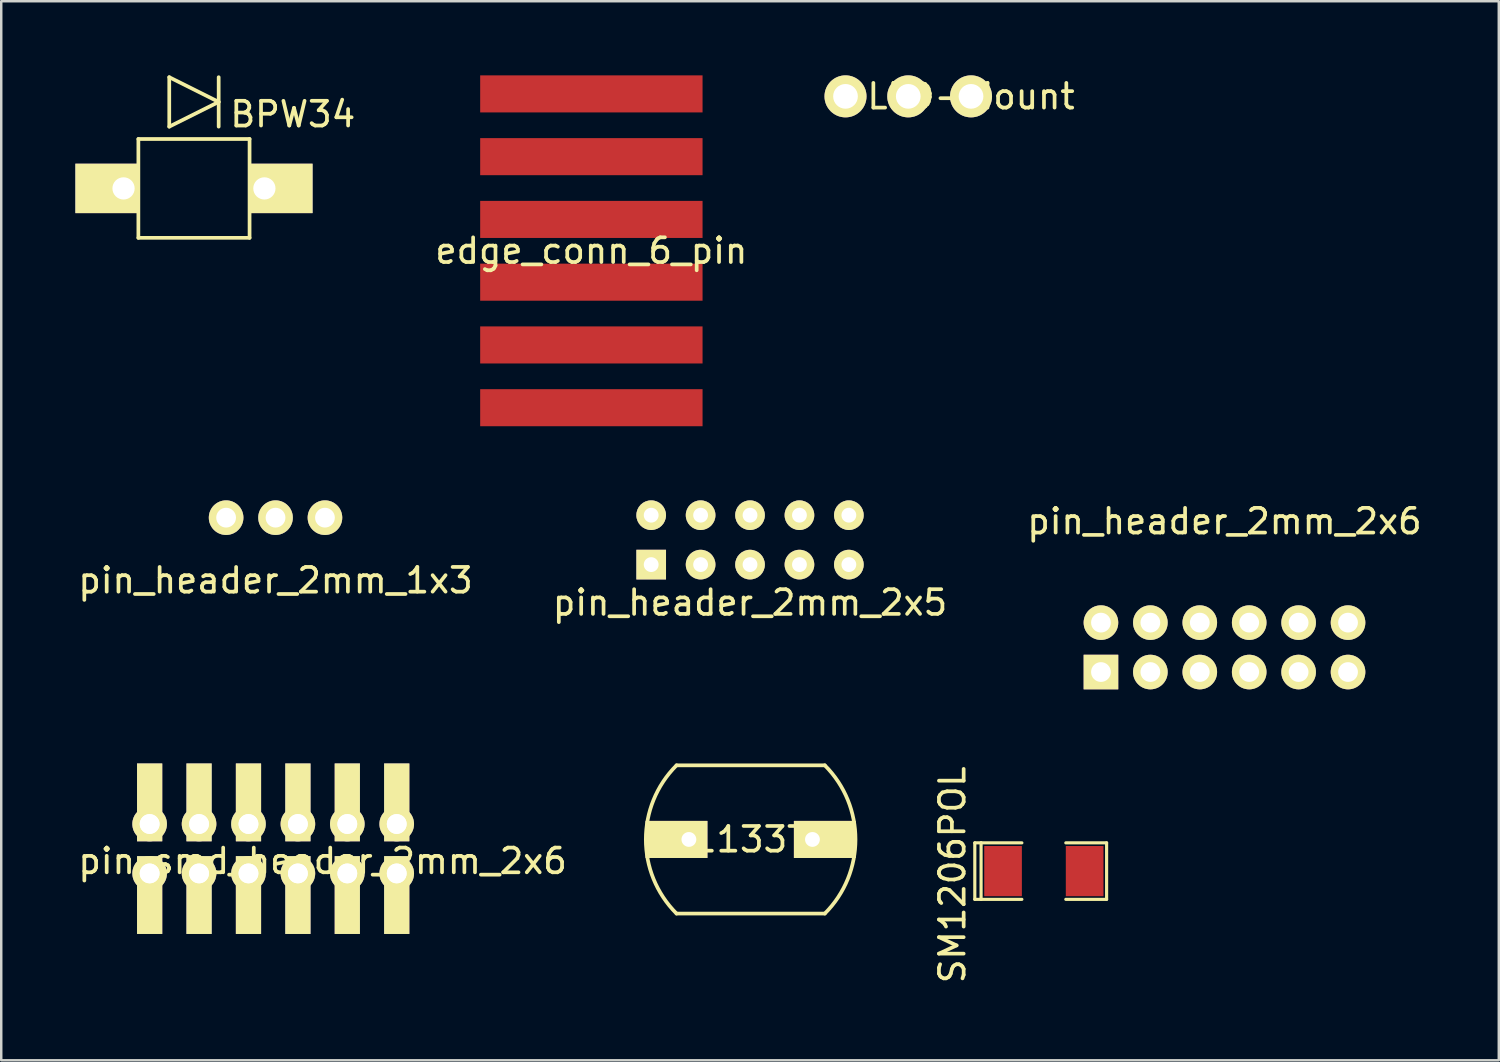
<source format=kicad_pcb>
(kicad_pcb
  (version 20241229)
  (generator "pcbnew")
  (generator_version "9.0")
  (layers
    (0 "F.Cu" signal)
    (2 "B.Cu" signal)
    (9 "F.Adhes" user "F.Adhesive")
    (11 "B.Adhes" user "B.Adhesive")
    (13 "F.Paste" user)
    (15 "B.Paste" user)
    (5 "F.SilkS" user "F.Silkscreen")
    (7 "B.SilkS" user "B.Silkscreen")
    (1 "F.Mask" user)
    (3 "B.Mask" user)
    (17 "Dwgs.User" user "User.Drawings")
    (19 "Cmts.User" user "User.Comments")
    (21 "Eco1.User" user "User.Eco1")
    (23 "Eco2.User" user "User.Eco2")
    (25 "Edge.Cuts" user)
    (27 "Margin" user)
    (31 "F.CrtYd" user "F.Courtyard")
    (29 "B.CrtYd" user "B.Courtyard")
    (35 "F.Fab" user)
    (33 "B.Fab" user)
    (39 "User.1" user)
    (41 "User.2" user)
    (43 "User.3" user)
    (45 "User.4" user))
  (footprint "pin_smd_header_2mm_2x6"
    (layer "F.Cu")
    (at 9.006 31.298)
    (property "Reference" "pin_smd_header_2mm_2x6" (at 1 0.5 0) (layer "F.SilkS") (effects (font (size 1 1) (thickness 0.15))))
    (attr through_hole)
    (pad "1" thru_hole rect (at -6 1) (size 1.02 3.15) (drill 0.8 (offset 0 0.875)) (layers "F.Cu" "F.Mask" "F.SilkS"))
    (pad "1" thru_hole circle (at -6 1) (size 1.4 1.4) (drill 0.8) (layers "*.Cu" "*.Mask" "F.SilkS"))
    (pad "2" thru_hole rect (at -6 -1) (size 1.02 3.15) (drill 0.8 (offset 0 -0.875)) (layers "F.Cu" "F.Mask" "F.SilkS"))
    (pad "2" thru_hole circle (at -6 -1) (size 1.4 1.4) (drill 0.8) (layers "*.Cu" "*.Mask" "F.SilkS"))
    (pad "3" thru_hole rect (at -4 1) (size 1.02 3.15) (drill 0.8 (offset 0 0.875)) (layers "F.Cu" "F.Mask" "F.SilkS"))
    (pad "3" thru_hole circle (at -4 1) (size 1.4 1.4) (drill 0.8) (layers "*.Cu" "*.Mask" "F.SilkS"))
    (pad "4" thru_hole rect (at -4 -1) (size 1.02 3.15) (drill 0.8 (offset 0 -0.875)) (layers "F.Cu" "F.Mask" "F.SilkS"))
    (pad "4" thru_hole circle (at -4 -1) (size 1.4 1.4) (drill 0.8) (layers "*.Cu" "*.Mask" "F.SilkS"))
    (pad "5" thru_hole rect (at -2 1) (size 1.02 3.15) (drill 0.8 (offset 0 0.875)) (layers "F.Cu" "F.Mask" "F.SilkS"))
    (pad "5" thru_hole circle (at -2 1) (size 1.4 1.4) (drill 0.8) (layers "*.Cu" "*.Mask" "F.SilkS"))
    (pad "6" thru_hole rect (at -2 -1) (size 1.02 3.15) (drill 0.8 (offset 0 -0.875)) (layers "F.Cu" "F.Mask" "F.SilkS"))
    (pad "6" thru_hole circle (at -2 -1) (size 1.4 1.4) (drill 0.8) (layers "*.Cu" "*.Mask" "F.SilkS"))
    (pad "7" thru_hole rect (at 0 1) (size 1.02 3.15) (drill 0.8 (offset 0 0.875)) (layers "F.Cu" "F.Mask" "F.SilkS"))
    (pad "7" thru_hole circle (at 0 1) (size 1.4 1.4) (drill 0.8) (layers "*.Cu" "*.Mask" "F.SilkS"))
    (pad "8" thru_hole rect (at 0 -1) (size 1.02 3.15) (drill 0.8 (offset 0 -0.875)) (layers "F.Cu" "F.Mask" "F.SilkS"))
    (pad "8" thru_hole circle (at 0 -1) (size 1.4 1.4) (drill 0.8) (layers "*.Cu" "*.Mask" "F.SilkS"))
    (pad "9" thru_hole rect (at 2 1) (size 1.02 3.15) (drill 0.8 (offset 0 0.875)) (layers "F.Cu" "F.Mask" "F.SilkS"))
    (pad "9" thru_hole circle (at 2 1) (size 1.4 1.4) (drill 0.8) (layers "*.Cu" "*.Mask" "F.SilkS"))
    (pad "10" thru_hole rect (at 2 -1) (size 1.02 3.15) (drill 0.8 (offset 0 -0.875)) (layers "F.Cu" "F.Mask" "F.SilkS"))
    (pad "10" thru_hole circle (at 2 -1) (size 1.4 1.4) (drill 0.8) (layers "*.Cu" "*.Mask" "F.SilkS"))
    (pad "11" thru_hole rect (at 4 1) (size 1.02 3.15) (drill 0.8 (offset 0 0.875)) (layers "F.Cu" "F.Mask" "F.SilkS"))
    (pad "11" thru_hole circle (at 4 1) (size 1.4 1.4) (drill 0.8) (layers "*.Cu" "*.Mask" "F.SilkS"))
    (pad "12" thru_hole rect (at 4 -1) (size 1.02 3.15) (drill 0.8 (offset 0 -0.875)) (layers "F.Cu" "F.Mask" "F.SilkS"))
    (pad "12" thru_hole circle (at 4 -1) (size 1.4 1.4) (drill 0.8) (layers "*.Cu" "*.Mask" "F.SilkS")))
  (footprint "S1133TH"
    (layer "F.Cu")
    (at 27.33 30.923)
    (property "Reference" "S1133TH" (at 0 0 0) (layer "F.SilkS") (effects (font (size 1 1) (thickness 0.15))))
    (attr through_hole)
    (fp_line (start 3 -3) (end -3 -3) (stroke (width 0.15) (type solid)) (layer "F.SilkS"))
    (fp_line (start 3 3) (end -3 3) (stroke (width 0.15) (type solid)) (layer "F.SilkS"))
    (fp_arc (start -3 3) (mid -4.242641 0) (end -3 -3) (stroke (width 0.15) (type solid)) (layer "F.SilkS"))
    (fp_arc (start 3 -3) (mid 4.242641 0) (end 3 3) (stroke (width 0.15) (type solid)) (layer "F.SilkS"))
    (pad "1" thru_hole rect (at -2.5 0) (size 2.5 1.5) (drill 0.6 (offset -0.5 0)) (layers "*.Cu" "*.Mask" "F.SilkS"))
    (pad "3" thru_hole rect (at 2.5 0) (size 2.5 1.5) (drill 0.6 (offset 0.5 0)) (layers "*.Cu" "*.Mask" "F.SilkS")))
  (footprint "LED-Mount"
    (layer "F.Cu")
    (at 36.248 0.85)
    (property "Reference" "LED-Mount" (at 0 0 0) (layer "F.SilkS") (effects (font (size 1 1) (thickness 0.15))))
    (attr through_hole)
    (pad "1" thru_hole circle (at 0 0) (size 1.7 1.7) (drill 1) (layers "*.Cu" "*.Mask" "F.SilkS"))
    (pad "2" thru_hole circle (at -2.54 0) (size 1.7 1.7) (drill 1) (layers "*.Cu" "*.Mask" "F.SilkS"))
    (pad "3" thru_hole circle (at -5.08 0) (size 1.7 1.7) (drill 1) (layers "*.Cu" "*.Mask" "F.SilkS")))
  (footprint "pin_header_2mm_2x5"
    (layer "F.Cu")
    (at 27.304 18.8)
    (property "Reference" "pin_header_2mm_2x5" (at 0 2.54 0) (layer "F.SilkS") (effects (font (size 1 1) (thickness 0.15))))
    (attr through_hole)
    (pad "1" thru_hole rect (at -4 1) (size 1.2 1.2) (drill 0.6) (layers "*.Cu" "*.Mask" "F.SilkS"))
    (pad "2" thru_hole circle (at -4 -1) (size 1.2 1.2) (drill 0.6) (layers "*.Cu" "*.Mask" "F.SilkS"))
    (pad "3" thru_hole circle (at -2 1) (size 1.2 1.2) (drill 0.6) (layers "*.Cu" "*.Mask" "F.SilkS"))
    (pad "4" thru_hole circle (at -2 -1) (size 1.2 1.2) (drill 0.6) (layers "*.Cu" "*.Mask" "F.SilkS"))
    (pad "5" thru_hole circle (at 0 1) (size 1.2 1.2) (drill 0.6) (layers "*.Cu" "*.Mask" "F.SilkS"))
    (pad "6" thru_hole circle (at 0 -1) (size 1.2 1.2) (drill 0.6) (layers "*.Cu" "*.Mask" "F.SilkS"))
    (pad "7" thru_hole circle (at 2 1) (size 1.2 1.2) (drill 0.6) (layers "*.Cu" "*.Mask" "F.SilkS"))
    (pad "8" thru_hole circle (at 2 -1) (size 1.2 1.2) (drill 0.6) (layers "*.Cu" "*.Mask" "F.SilkS"))
    (pad "9" thru_hole circle (at 4 1) (size 1.2 1.2) (drill 0.6) (layers "*.Cu" "*.Mask" "F.SilkS"))
    (pad "10" thru_hole circle (at 4 -1) (size 1.2 1.2) (drill 0.6) (layers "*.Cu" "*.Mask" "F.SilkS")))
  (footprint "pin_header_2mm_2x6"
    (layer "F.Cu")
    (at 46.506 23.148)
    (property "Reference" "pin_header_2mm_2x6" (at 0 -5.1 0) (layer "F.SilkS") (effects (font (size 1 1) (thickness 0.15))))
    (attr through_hole)
    (pad "1" thru_hole rect (at -5 1) (size 1.4 1.4) (drill 0.8) (layers "*.Cu" "*.Mask" "F.SilkS"))
    (pad "2" thru_hole circle (at -5 -1) (size 1.4 1.4) (drill 0.8) (layers "*.Cu" "*.Mask" "F.SilkS"))
    (pad "3" thru_hole circle (at -3 1) (size 1.4 1.4) (drill 0.8) (layers "*.Cu" "*.Mask" "F.SilkS"))
    (pad "4" thru_hole circle (at -3 -1) (size 1.4 1.4) (drill 0.8) (layers "*.Cu" "*.Mask" "F.SilkS"))
    (pad "5" thru_hole circle (at -1 1) (size 1.4 1.4) (drill 0.8) (layers "*.Cu" "*.Mask" "F.SilkS"))
    (pad "6" thru_hole circle (at -1 -1) (size 1.4 1.4) (drill 0.8) (layers "*.Cu" "*.Mask" "F.SilkS"))
    (pad "7" thru_hole circle (at 1 1) (size 1.4 1.4) (drill 0.8) (layers "*.Cu" "*.Mask" "F.SilkS"))
    (pad "8" thru_hole circle (at 1 -1) (size 1.4 1.4) (drill 0.8) (layers "*.Cu" "*.Mask" "F.SilkS"))
    (pad "9" thru_hole circle (at 3 1) (size 1.4 1.4) (drill 0.8) (layers "*.Cu" "*.Mask" "F.SilkS"))
    (pad "10" thru_hole circle (at 3 -1) (size 1.4 1.4) (drill 0.8) (layers "*.Cu" "*.Mask" "F.SilkS"))
    (pad "11" thru_hole circle (at 5 1) (size 1.4 1.4) (drill 0.8) (layers "*.Cu" "*.Mask" "F.SilkS"))
    (pad "12" thru_hole circle (at 5 -1) (size 1.4 1.4) (drill 0.8) (layers "*.Cu" "*.Mask" "F.SilkS")))
  (footprint "SM1206POL"
    (layer "F.Cu")
    (at 39.195 32.204)
    (property "Reference" "SM1206POL" (at -3.7 0.15 90) (layer "F.SilkS") (effects (font (size 1 1) (thickness 0.15))))
    (attr smd)
    (fp_line (start -2.794 -1.143) (end -2.794 1.143) (stroke (width 0.127) (type solid)) (layer "F.SilkS"))
    (fp_line (start -2.794 1.143) (end -2.54 1.143) (stroke (width 0.127) (type solid)) (layer "F.SilkS"))
    (fp_line (start -2.54 -1.143) (end -2.794 -1.143) (stroke (width 0.127) (type solid)) (layer "F.SilkS"))
    (fp_line (start -2.54 -1.143) (end -2.54 1.143) (stroke (width 0.127) (type solid)) (layer "F.SilkS"))
    (fp_line (start -2.54 1.143) (end -0.889 1.143) (stroke (width 0.127) (type solid)) (layer "F.SilkS"))
    (fp_line (start -0.889 -1.143) (end -2.54 -1.143) (stroke (width 0.127) (type solid)) (layer "F.SilkS"))
    (fp_line (start 0.889 -1.143) (end 2.54 -1.143) (stroke (width 0.127) (type solid)) (layer "F.SilkS"))
    (fp_line (start 2.54 -1.143) (end 2.54 1.143) (stroke (width 0.127) (type solid)) (layer "F.SilkS"))
    (fp_line (start 2.54 1.143) (end 0.889 1.143) (stroke (width 0.127) (type solid)) (layer "F.SilkS"))
    (pad "1" smd rect (at -1.651 0) (size 1.524 2.032) (layers "F.Cu" "F.Mask" "F.Paste"))
    (pad "2" smd rect (at 1.651 0) (size 1.524 2.032) (layers "F.Cu" "F.Mask" "F.Paste")))
  (footprint "BPW34"
    (layer "F.Cu")
    (at 4.8 4.575)
    (property "Reference" "BPW34" (at 4 -3 0) (layer "F.SilkS") (effects (font (size 1 1) (thickness 0.15))))
    (attr through_hole)
    (fp_line (start -2.25 -2) (end -2.25 2) (stroke (width 0.15) (type solid)) (layer "F.SilkS"))
    (fp_line (start -2.25 -2) (end 2.25 -2) (stroke (width 0.15) (type solid)) (layer "F.SilkS"))
    (fp_line (start -2.25 2) (end 2.25 2) (stroke (width 0.15) (type solid)) (layer "F.SilkS"))
    (fp_line (start -1 -4.5) (end -1 -2.5) (stroke (width 0.15) (type solid)) (layer "F.SilkS"))
    (fp_line (start -1 -2.5) (end 1 -3.5) (stroke (width 0.15) (type solid)) (layer "F.SilkS"))
    (fp_line (start 1 -4.5) (end 1 -2.5) (stroke (width 0.15) (type solid)) (layer "F.SilkS"))
    (fp_line (start 1 -3.5) (end -1 -4.5) (stroke (width 0.15) (type solid)) (layer "F.SilkS"))
    (fp_line (start 2.25 -2) (end 2.25 2) (stroke (width 0.15) (type solid)) (layer "F.SilkS"))
    (pad "1" thru_hole rect (at -2.85 0) (size 2.5 2) (drill 0.9 (offset -0.7 0)) (layers "*.Cu" "*.Mask" "F.SilkS"))
    (pad "2" thru_hole rect (at 2.85 0) (size 2.5 2) (drill 0.9 (offset 0.7 0)) (layers "*.Cu" "*.Mask" "F.SilkS")))
  (footprint "pin_header_2mm_1x3"
    (layer "F.Cu")
    (at 8.101 17.9)
    (property "Reference" "pin_header_2mm_1x3" (at 0 2.54 0) (layer "F.SilkS") (effects (font (size 1 1) (thickness 0.15))))
    (attr through_hole)
    (pad "1" thru_hole circle (at -2 0) (size 1.4 1.4) (drill 0.8) (layers "*.Cu" "*.Mask" "F.SilkS"))
    (pad "2" thru_hole circle (at 0 0) (size 1.4 1.4) (drill 0.8) (layers "*.Cu" "*.Mask" "F.SilkS"))
    (pad "3" thru_hole circle (at 2 0) (size 1.4 1.4) (drill 0.8) (layers "*.Cu" "*.Mask" "F.SilkS")))
  (footprint "edge_conn_6_pin"
    (layer "F.Cu")
    (at 20.883 7.1)
    (property "Reference" "edge_conn_6_pin" (at 0 0 0) (layer "F.SilkS") (effects (font (size 1 1) (thickness 0.15))))
    (attr through_hole)
    (pad "1" connect rect (at 0 6.35) (size 9 1.5) (layers "F.Cu" "F.Mask"))
    (pad "2" connect rect (at 0 3.81) (size 9 1.5) (layers "F.Cu" "F.Mask"))
    (pad "3" connect rect (at 0 1.27) (size 9 1.5) (layers "F.Cu" "F.Mask"))
    (pad "4" connect rect (at 0 -1.27) (size 9 1.5) (layers "F.Cu" "F.Mask"))
    (pad "5" connect rect (at 0 -3.81) (size 9 1.5) (layers "F.Cu" "F.Mask"))
    (pad "6" connect rect (at 0 -6.35) (size 9 1.5) (layers "F.Cu" "F.Mask")))
  (gr_rect
    (start -3 -3)
    (end 57.607 39.86)
    (stroke (width 0.1) (type default))
    (fill no)
    (layer "Edge.Cuts")))
</source>
